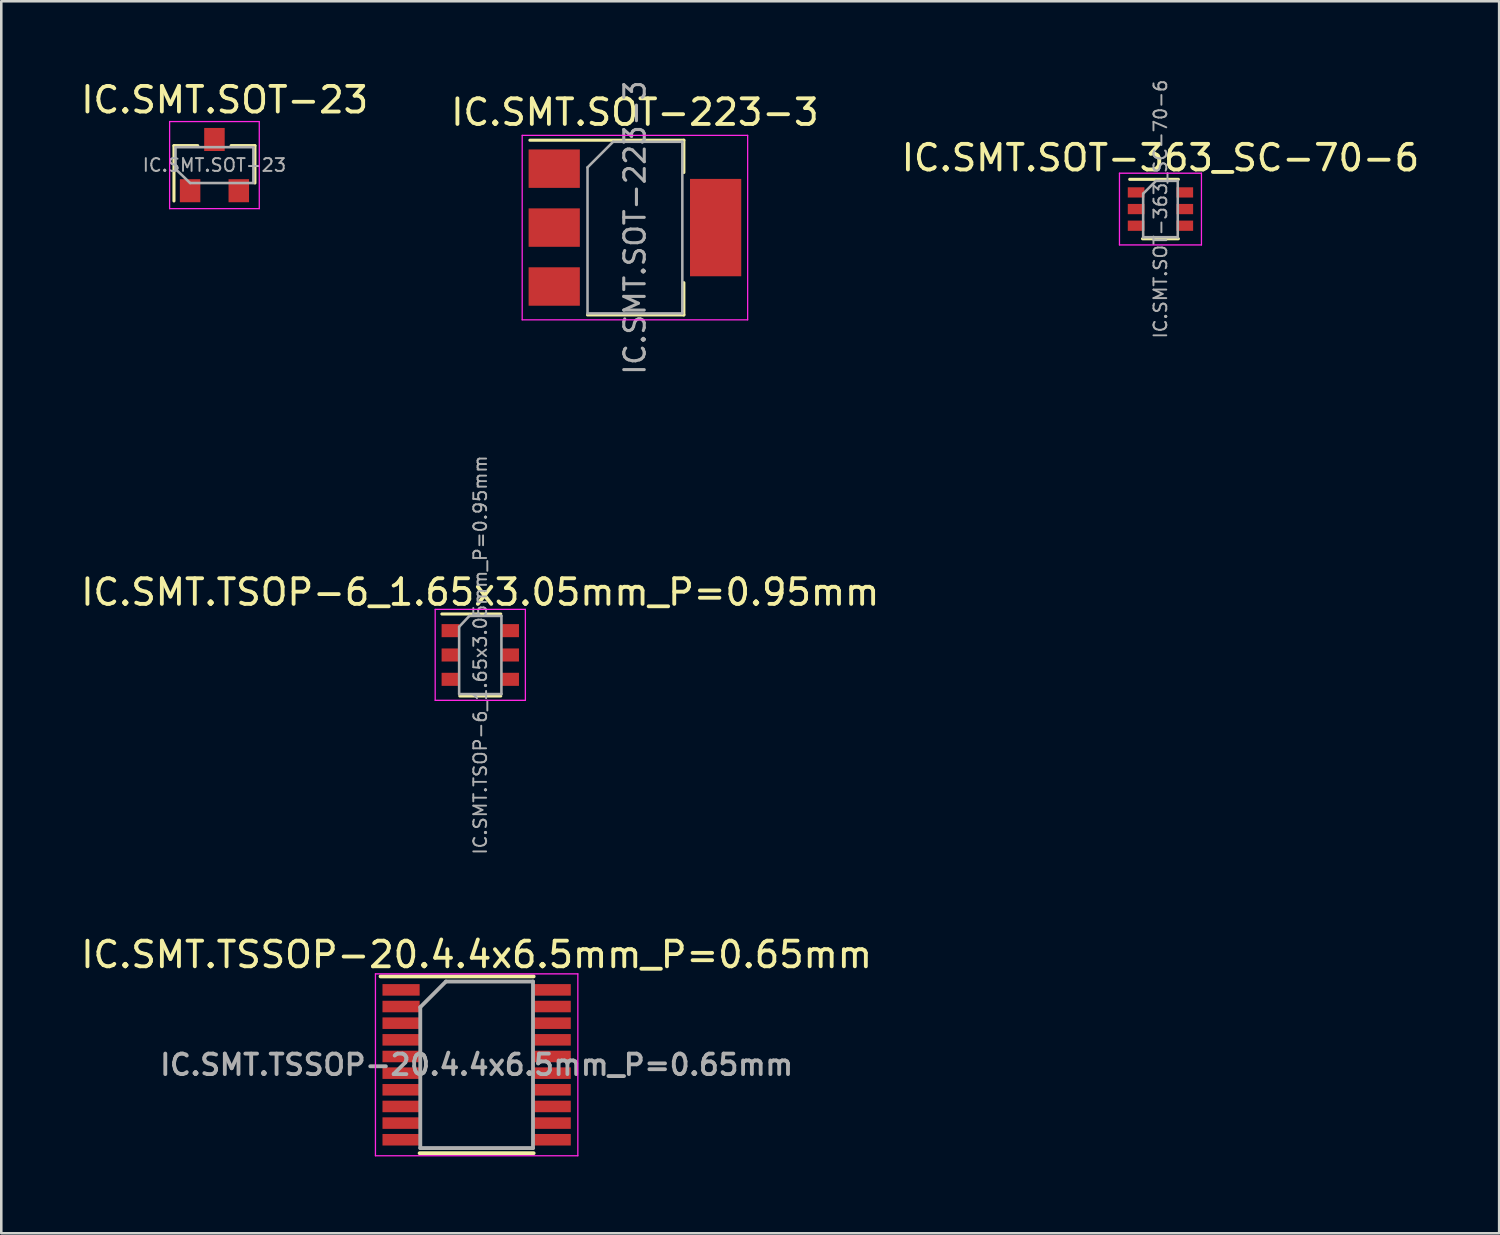
<source format=kicad_pcb>
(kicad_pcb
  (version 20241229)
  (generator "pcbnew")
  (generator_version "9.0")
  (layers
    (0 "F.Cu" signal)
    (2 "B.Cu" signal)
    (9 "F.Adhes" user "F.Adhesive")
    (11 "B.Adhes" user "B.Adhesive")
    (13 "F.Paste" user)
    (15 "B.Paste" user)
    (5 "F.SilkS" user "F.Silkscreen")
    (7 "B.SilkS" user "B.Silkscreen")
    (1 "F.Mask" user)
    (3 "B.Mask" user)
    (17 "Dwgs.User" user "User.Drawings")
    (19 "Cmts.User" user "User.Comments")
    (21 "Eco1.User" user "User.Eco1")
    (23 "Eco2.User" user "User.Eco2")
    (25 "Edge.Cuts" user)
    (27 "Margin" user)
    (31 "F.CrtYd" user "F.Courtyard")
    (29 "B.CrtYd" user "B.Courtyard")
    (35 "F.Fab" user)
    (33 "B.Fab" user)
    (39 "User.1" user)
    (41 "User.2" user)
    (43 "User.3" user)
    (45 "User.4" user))
  (footprint "IC.SMT.SOT-363_SC-70-6"
    (layer "F.Cu")
    (at 42.244 5.11)
    (property "Reference" "IC.SMT.SOT-363_SC-70-6" (at 0 -2 0) (layer "F.SilkS") (effects (font (size 1 1) (thickness 0.15))))
    (attr smd)
    (fp_line (start -0.7 1.16) (end 0.7 1.16) (stroke (width 0.12) (type solid)) (layer "F.SilkS"))
    (fp_line (start 0.7 -1.16) (end -1.2 -1.16) (stroke (width 0.12) (type solid)) (layer "F.SilkS"))
    (fp_line (start -1.6 -1.4) (end -1.6 1.4) (stroke (width 0.05) (type solid)) (layer "F.CrtYd"))
    (fp_line (start -1.6 -1.4) (end 1.6 -1.4) (stroke (width 0.05) (type solid)) (layer "F.CrtYd"))
    (fp_line (start -1.6 1.4) (end 1.6 1.4) (stroke (width 0.05) (type solid)) (layer "F.CrtYd"))
    (fp_line (start 1.6 1.4) (end 1.6 -1.4) (stroke (width 0.05) (type solid)) (layer "F.CrtYd"))
    (fp_line (start -0.675 -0.6) (end -0.675 1.1) (stroke (width 0.1) (type solid)) (layer "F.Fab"))
    (fp_line (start -0.175 -1.1) (end -0.675 -0.6) (stroke (width 0.1) (type solid)) (layer "F.Fab"))
    (fp_line (start 0.675 -1.1) (end -0.175 -1.1) (stroke (width 0.1) (type solid)) (layer "F.Fab"))
    (fp_line (start 0.675 -1.1) (end 0.675 1.1) (stroke (width 0.1) (type solid)) (layer "F.Fab"))
    (fp_line (start 0.675 1.1) (end -0.675 1.1) (stroke (width 0.1) (type solid)) (layer "F.Fab"))
    (fp_text user "${REFERENCE}" (at 0 0 90) (layer "F.Fab") (effects (font (size 0.5 0.5) (thickness 0.075))))
    (pad "1" smd rect (at -0.95 -0.65) (size 0.65 0.4) (layers "F.Cu" "F.Mask" "F.Paste"))
    (pad "2" smd rect (at -0.95 0) (size 0.65 0.4) (layers "F.Cu" "F.Mask" "F.Paste"))
    (pad "3" smd rect (at -0.95 0.65) (size 0.65 0.4) (layers "F.Cu" "F.Mask" "F.Paste"))
    (pad "4" smd rect (at 0.95 0.65) (size 0.65 0.4) (layers "F.Cu" "F.Mask" "F.Paste"))
    (pad "5" smd rect (at 0.95 0) (size 0.65 0.4) (layers "F.Cu" "F.Mask" "F.Paste"))
    (pad "6" smd rect (at 0.95 -0.65) (size 0.65 0.4) (layers "F.Cu" "F.Mask" "F.Paste")))
  (footprint "IC.SMT.TSSOP-20.4.4x6.5mm_P=0.65mm"
    (layer "F.Cu")
    (at 15.554 38.511)
    (property "Reference" "IC.SMT.TSSOP-20.4.4x6.5mm_P=0.65mm" (at 0 -4.3 0) (layer "F.SilkS") (effects (font (size 1 1) (thickness 0.15))))
    (attr smd)
    (fp_line (start -3.75 -3.45) (end 2.225 -3.45) (stroke (width 0.15) (type solid)) (layer "F.SilkS"))
    (fp_line (start -2.225 3.45) (end 2.225 3.45) (stroke (width 0.15) (type solid)) (layer "F.SilkS"))
    (fp_line (start -3.95 -3.55) (end -3.95 3.55) (stroke (width 0.05) (type solid)) (layer "F.CrtYd"))
    (fp_line (start -3.95 -3.55) (end 3.95 -3.55) (stroke (width 0.05) (type solid)) (layer "F.CrtYd"))
    (fp_line (start -3.95 3.55) (end 3.95 3.55) (stroke (width 0.05) (type solid)) (layer "F.CrtYd"))
    (fp_line (start 3.95 -3.55) (end 3.95 3.55) (stroke (width 0.05) (type solid)) (layer "F.CrtYd"))
    (fp_line (start -2.2 -2.25) (end -1.2 -3.25) (stroke (width 0.15) (type solid)) (layer "F.Fab"))
    (fp_line (start -2.2 3.25) (end -2.2 -2.25) (stroke (width 0.15) (type solid)) (layer "F.Fab"))
    (fp_line (start -1.2 -3.25) (end 2.2 -3.25) (stroke (width 0.15) (type solid)) (layer "F.Fab"))
    (fp_line (start 2.2 -3.25) (end 2.2 3.25) (stroke (width 0.15) (type solid)) (layer "F.Fab"))
    (fp_line (start 2.2 3.25) (end -2.2 3.25) (stroke (width 0.15) (type solid)) (layer "F.Fab"))
    (fp_text user "${REFERENCE}" (at 0 0 0) (layer "F.Fab") (effects (font (size 0.8 0.8) (thickness 0.15))))
    (pad "1" smd rect (at -2.95 -2.925) (size 1.45 0.45) (layers "F.Cu" "F.Mask" "F.Paste"))
    (pad "2" smd rect (at -2.95 -2.275) (size 1.45 0.45) (layers "F.Cu" "F.Mask" "F.Paste"))
    (pad "3" smd rect (at -2.95 -1.625) (size 1.45 0.45) (layers "F.Cu" "F.Mask" "F.Paste"))
    (pad "4" smd rect (at -2.95 -0.975) (size 1.45 0.45) (layers "F.Cu" "F.Mask" "F.Paste"))
    (pad "5" smd rect (at -2.95 -0.325) (size 1.45 0.45) (layers "F.Cu" "F.Mask" "F.Paste"))
    (pad "6" smd rect (at -2.95 0.325) (size 1.45 0.45) (layers "F.Cu" "F.Mask" "F.Paste"))
    (pad "7" smd rect (at -2.95 0.975) (size 1.45 0.45) (layers "F.Cu" "F.Mask" "F.Paste"))
    (pad "8" smd rect (at -2.95 1.625) (size 1.45 0.45) (layers "F.Cu" "F.Mask" "F.Paste"))
    (pad "9" smd rect (at -2.95 2.275) (size 1.45 0.45) (layers "F.Cu" "F.Mask" "F.Paste"))
    (pad "10" smd rect (at -2.95 2.925) (size 1.45 0.45) (layers "F.Cu" "F.Mask" "F.Paste"))
    (pad "11" smd rect (at 2.95 2.925) (size 1.45 0.45) (layers "F.Cu" "F.Mask" "F.Paste"))
    (pad "12" smd rect (at 2.95 2.275) (size 1.45 0.45) (layers "F.Cu" "F.Mask" "F.Paste"))
    (pad "13" smd rect (at 2.95 1.625) (size 1.45 0.45) (layers "F.Cu" "F.Mask" "F.Paste"))
    (pad "14" smd rect (at 2.95 0.975) (size 1.45 0.45) (layers "F.Cu" "F.Mask" "F.Paste"))
    (pad "15" smd rect (at 2.95 0.325) (size 1.45 0.45) (layers "F.Cu" "F.Mask" "F.Paste"))
    (pad "16" smd rect (at 2.95 -0.325) (size 1.45 0.45) (layers "F.Cu" "F.Mask" "F.Paste"))
    (pad "17" smd rect (at 2.95 -0.975) (size 1.45 0.45) (layers "F.Cu" "F.Mask" "F.Paste"))
    (pad "18" smd rect (at 2.95 -1.625) (size 1.45 0.45) (layers "F.Cu" "F.Mask" "F.Paste"))
    (pad "19" smd rect (at 2.95 -2.275) (size 1.45 0.45) (layers "F.Cu" "F.Mask" "F.Paste"))
    (pad "20" smd rect (at 2.95 -2.925) (size 1.45 0.45) (layers "F.Cu" "F.Mask" "F.Paste")))
  (footprint "IC.SMT.TSOP-6_1.65x3.05mm_P=0.95mm"
    (layer "F.Cu")
    (at 15.696 22.515)
    (property "Reference" "IC.SMT.TSOP-6_1.65x3.05mm_P=0.95mm" (at 0 -2.45 0) (layer "F.SilkS") (effects (font (size 1 1) (thickness 0.15))))
    (attr smd)
    (fp_line (start -0.8 1.6) (end 0.8 1.6) (stroke (width 0.12) (type solid)) (layer "F.SilkS"))
    (fp_line (start 0.8 -1.6) (end -1.5 -1.6) (stroke (width 0.12) (type solid)) (layer "F.SilkS"))
    (fp_line (start -1.76 -1.78) (end -1.76 1.77) (stroke (width 0.05) (type solid)) (layer "F.CrtYd"))
    (fp_line (start -1.76 -1.78) (end 1.76 -1.78) (stroke (width 0.05) (type solid)) (layer "F.CrtYd"))
    (fp_line (start 1.76 1.77) (end -1.76 1.77) (stroke (width 0.05) (type solid)) (layer "F.CrtYd"))
    (fp_line (start 1.76 1.77) (end 1.76 -1.78) (stroke (width 0.05) (type solid)) (layer "F.CrtYd"))
    (fp_line (start -0.825 -1.1) (end -0.825 1.525) (stroke (width 0.1) (type solid)) (layer "F.Fab"))
    (fp_line (start -0.825 -1.1) (end -0.425 -1.525) (stroke (width 0.1) (type solid)) (layer "F.Fab"))
    (fp_line (start 0.825 -1.525) (end -0.425 -1.525) (stroke (width 0.1) (type solid)) (layer "F.Fab"))
    (fp_line (start 0.825 -1.525) (end 0.825 1.525) (stroke (width 0.1) (type solid)) (layer "F.Fab"))
    (fp_line (start 0.825 1.525) (end -0.825 1.525) (stroke (width 0.1) (type solid)) (layer "F.Fab"))
    (fp_text user "${REFERENCE}" (at 0 0 90) (layer "F.Fab") (effects (font (size 0.5 0.5) (thickness 0.075))))
    (pad "1" smd rect (at -1.16 -0.95) (size 0.7 0.51) (layers "F.Cu" "F.Mask" "F.Paste"))
    (pad "2" smd rect (at -1.16 0) (size 0.7 0.51) (layers "F.Cu" "F.Mask" "F.Paste"))
    (pad "3" smd rect (at -1.16 0.95) (size 0.7 0.51) (layers "F.Cu" "F.Mask" "F.Paste"))
    (pad "4" smd rect (at 1.16 0.95) (size 0.7 0.51) (layers "F.Cu" "F.Mask" "F.Paste"))
    (pad "5" smd rect (at 1.16 0) (size 0.7 0.51) (layers "F.Cu" "F.Mask" "F.Paste"))
    (pad "6" smd rect (at 1.16 -0.95) (size 0.7 0.51) (layers "F.Cu" "F.Mask" "F.Paste")))
  (footprint "IC.SMT.SOT-23"
    (layer "F.Cu")
    (at 5.32 3.648)
    (property "Reference" "IC.SMT.SOT-23" (at 0.4 -2.8 180) (layer "F.SilkS") (effects (font (size 1 1) (thickness 0.15))))
    (attr smd)
    (fp_line (start -1.58 -1.014) (end -1.58 1.146) (stroke (width 0.12) (type solid)) (layer "F.SilkS"))
    (fp_line (start -1.58 -1.014) (end -0.65 -1.014) (stroke (width 0.12) (type solid)) (layer "F.SilkS"))
    (fp_line (start 1.58 -1.014) (end 0.65 -1.014) (stroke (width 0.12) (type solid)) (layer "F.SilkS"))
    (fp_line (start 1.58 -1.014) (end 1.58 0.446) (stroke (width 0.12) (type solid)) (layer "F.SilkS"))
    (fp_line (start -1.75 -1.954) (end 1.75 -1.954) (stroke (width 0.05) (type solid)) (layer "F.CrtYd"))
    (fp_line (start -1.75 1.446) (end -1.75 -1.954) (stroke (width 0.05) (type solid)) (layer "F.CrtYd"))
    (fp_line (start 1.75 -1.954) (end 1.75 1.446) (stroke (width 0.05) (type solid)) (layer "F.CrtYd"))
    (fp_line (start 1.75 1.446) (end -1.75 1.446) (stroke (width 0.05) (type solid)) (layer "F.CrtYd"))
    (fp_line (start -1.52 -0.954) (end 1.52 -0.954) (stroke (width 0.1) (type solid)) (layer "F.Fab"))
    (fp_line (start -1.52 -0.104) (end -1.52 -0.954) (stroke (width 0.1) (type solid)) (layer "F.Fab"))
    (fp_line (start -0.95 0.446) (end -1.52 -0.104) (stroke (width 0.1) (type solid)) (layer "F.Fab"))
    (fp_line (start -0.95 0.446) (end 1.5 0.446) (stroke (width 0.1) (type solid)) (layer "F.Fab"))
    (fp_line (start 1.52 0.446) (end 1.52 -0.954) (stroke (width 0.1) (type solid)) (layer "F.Fab"))
    (fp_text user "${REFERENCE}" (at 0 -0.254 180) (layer "F.Fab") (effects (font (size 0.5 0.5) (thickness 0.075))))
    (pad "1" smd rect (at -0.95 0.746 90) (size 0.9 0.8) (layers "F.Cu" "F.Mask" "F.Paste"))
    (pad "2" smd rect (at 0.95 0.746 90) (size 0.9 0.8) (layers "F.Cu" "F.Mask" "F.Paste"))
    (pad "3" smd rect (at 0 -1.254 90) (size 0.9 0.8) (layers "F.Cu" "F.Mask" "F.Paste")))
  (footprint "IC.SMT.SOT-223-3"
    (layer "F.Cu")
    (at 21.732 5.833)
    (property "Reference" "IC.SMT.SOT-223-3" (at 0 -4.5 0) (layer "F.SilkS") (effects (font (size 1 1) (thickness 0.15))))
    (attr smd)
    (fp_line (start -4.1 -3.41) (end 1.91 -3.41) (stroke (width 0.12) (type solid)) (layer "F.SilkS"))
    (fp_line (start -1.85 3.41) (end 1.91 3.41) (stroke (width 0.12) (type solid)) (layer "F.SilkS"))
    (fp_line (start 1.91 -3.41) (end 1.91 -2.15) (stroke (width 0.12) (type solid)) (layer "F.SilkS"))
    (fp_line (start 1.91 3.41) (end 1.91 2.15) (stroke (width 0.12) (type solid)) (layer "F.SilkS"))
    (fp_line (start -4.4 -3.6) (end -4.4 3.6) (stroke (width 0.05) (type solid)) (layer "F.CrtYd"))
    (fp_line (start -4.4 3.6) (end 4.4 3.6) (stroke (width 0.05) (type solid)) (layer "F.CrtYd"))
    (fp_line (start 4.4 -3.6) (end -4.4 -3.6) (stroke (width 0.05) (type solid)) (layer "F.CrtYd"))
    (fp_line (start 4.4 3.6) (end 4.4 -3.6) (stroke (width 0.05) (type solid)) (layer "F.CrtYd"))
    (fp_line (start -1.85 -2.35) (end -1.85 3.35) (stroke (width 0.1) (type solid)) (layer "F.Fab"))
    (fp_line (start -1.85 -2.35) (end -0.85 -3.35) (stroke (width 0.1) (type solid)) (layer "F.Fab"))
    (fp_line (start -1.85 3.35) (end 1.85 3.35) (stroke (width 0.1) (type solid)) (layer "F.Fab"))
    (fp_line (start -0.85 -3.35) (end 1.85 -3.35) (stroke (width 0.1) (type solid)) (layer "F.Fab"))
    (fp_line (start 1.85 -3.35) (end 1.85 3.35) (stroke (width 0.1) (type solid)) (layer "F.Fab"))
    (fp_text user "${REFERENCE}" (at 0 0 90) (layer "F.Fab") (effects (font (size 0.8 0.8) (thickness 0.12))))
    (pad "1" smd rect (at -3.15 -2.3) (size 2 1.5) (layers "F.Cu" "F.Mask" "F.Paste"))
    (pad "2" smd rect (at -3.15 0) (size 2 1.5) (layers "F.Cu" "F.Mask" "F.Paste"))
    (pad "2" smd rect (at 3.15 0) (size 2 3.8) (layers "F.Cu" "F.Mask" "F.Paste"))
    (pad "3" smd rect (at -3.15 2.3) (size 2 1.5) (layers "F.Cu" "F.Mask" "F.Paste")))
  (gr_rect
    (start -3 -3)
    (end 55.464 45.086)
    (stroke (width 0.1) (type default))
    (fill no)
    (layer "Edge.Cuts")))
</source>
